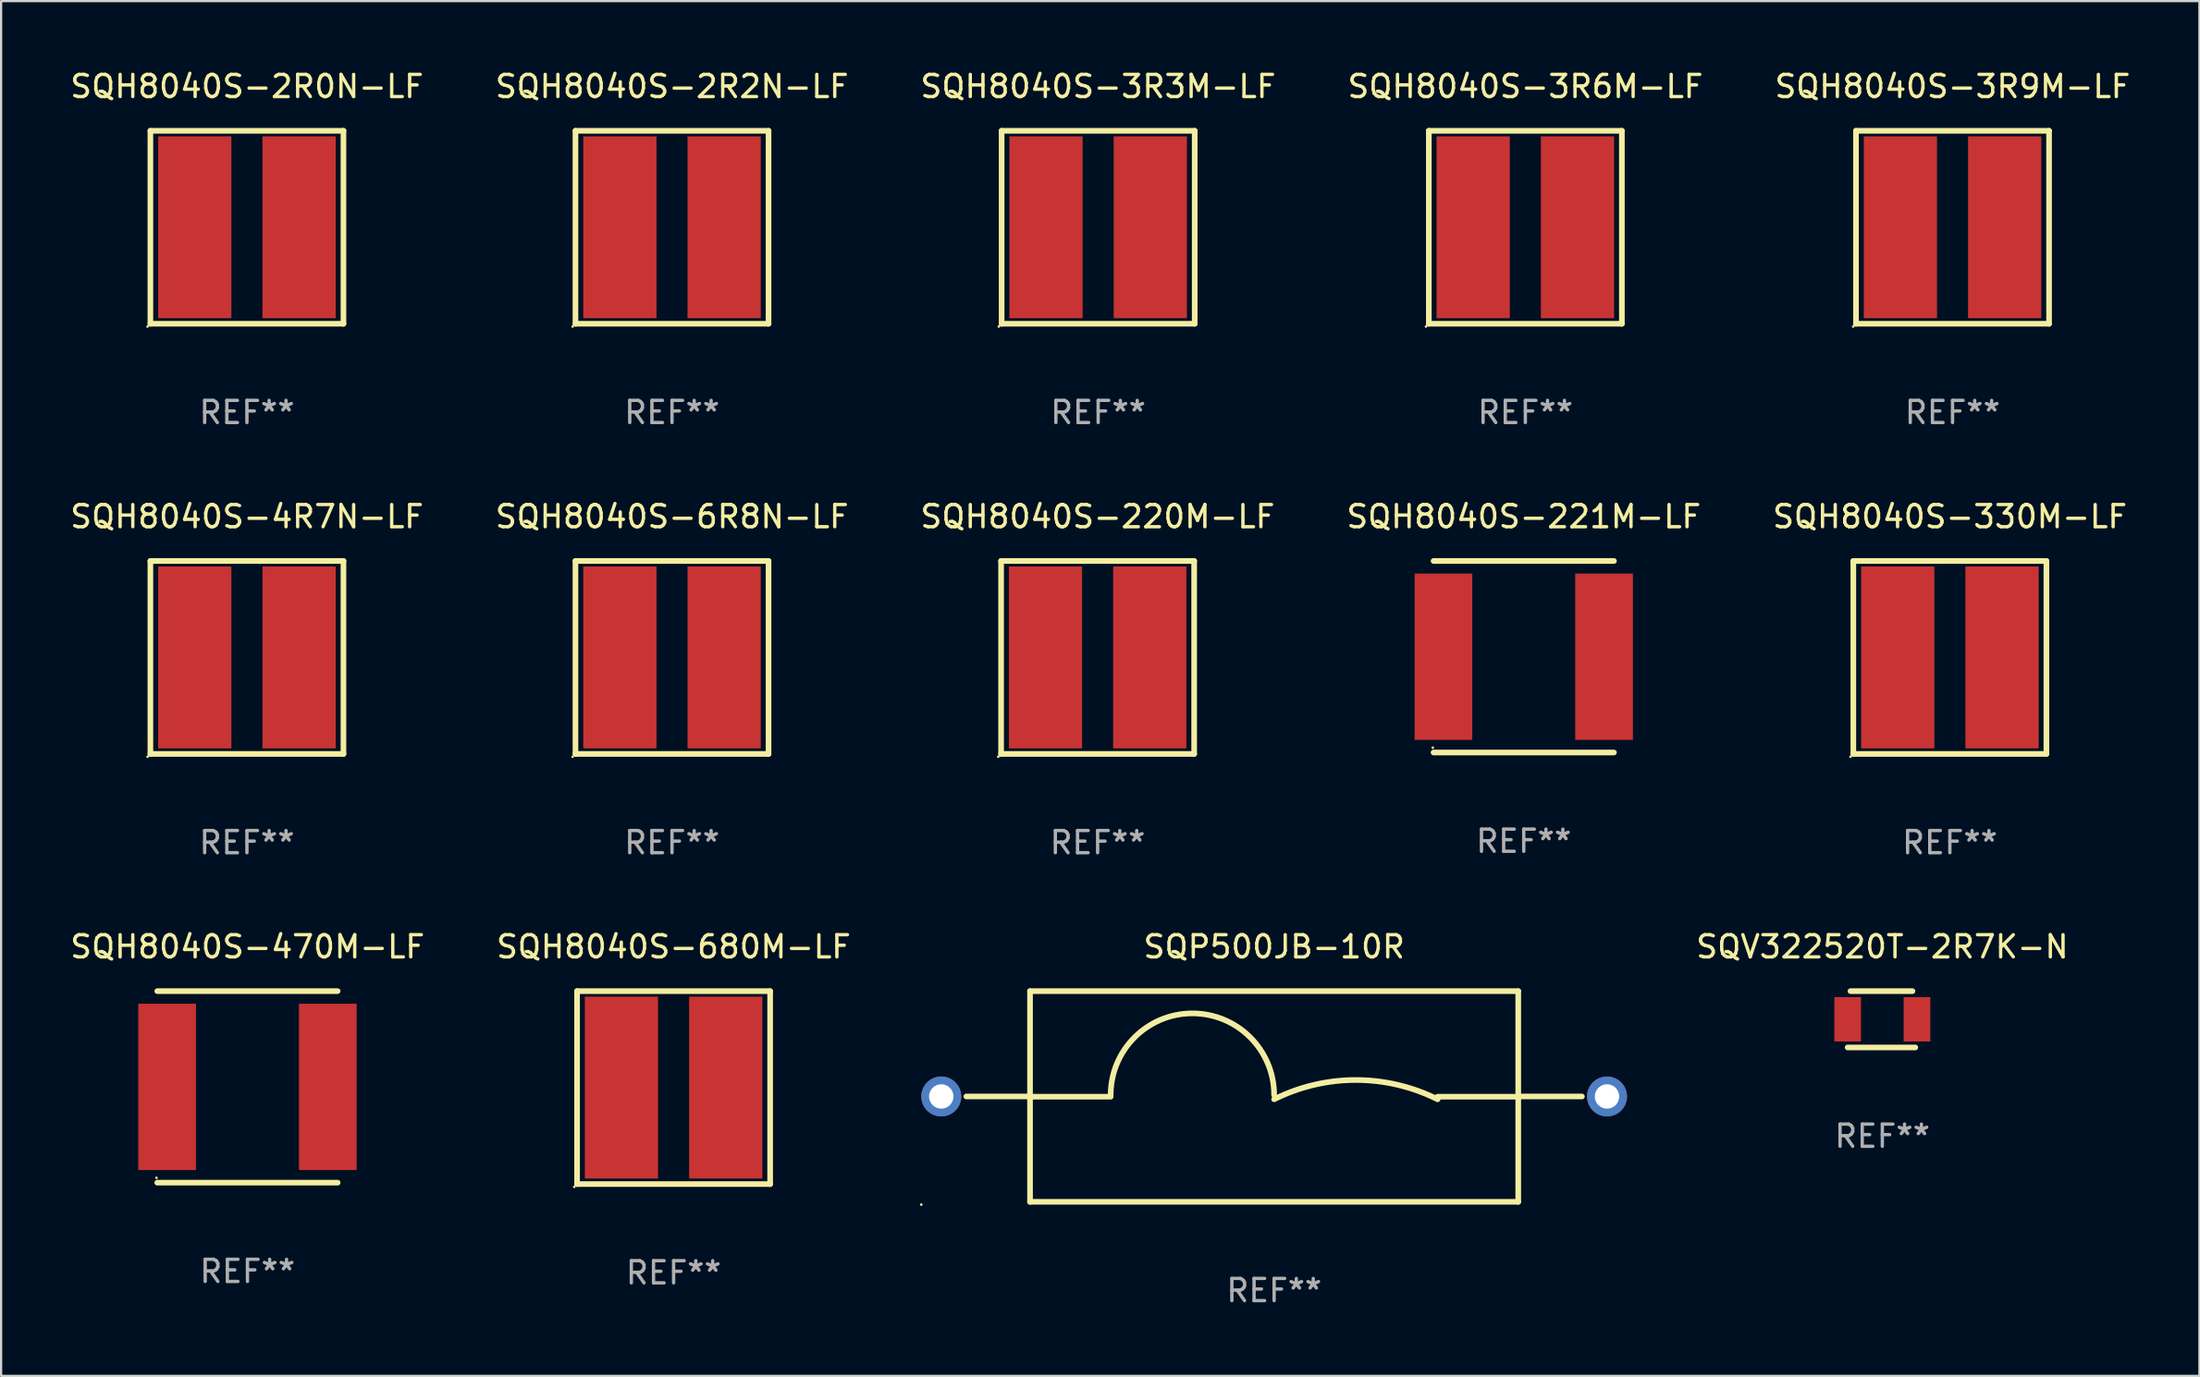
<source format=kicad_pcb>
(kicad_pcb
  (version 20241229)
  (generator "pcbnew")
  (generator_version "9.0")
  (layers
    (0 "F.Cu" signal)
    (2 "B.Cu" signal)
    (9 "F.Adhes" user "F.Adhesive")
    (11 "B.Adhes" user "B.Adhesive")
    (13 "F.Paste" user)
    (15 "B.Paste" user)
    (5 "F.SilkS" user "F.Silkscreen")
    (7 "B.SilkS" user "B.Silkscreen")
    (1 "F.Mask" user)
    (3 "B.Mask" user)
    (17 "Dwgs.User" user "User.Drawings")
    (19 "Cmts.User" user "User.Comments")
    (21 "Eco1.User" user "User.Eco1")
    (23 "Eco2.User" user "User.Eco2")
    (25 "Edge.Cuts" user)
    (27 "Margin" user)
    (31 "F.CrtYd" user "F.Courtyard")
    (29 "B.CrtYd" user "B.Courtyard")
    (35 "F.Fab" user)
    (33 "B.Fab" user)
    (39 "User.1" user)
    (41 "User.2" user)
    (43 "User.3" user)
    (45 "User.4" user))
  (footprint "SQH8040S-3R6M-LF"
    (layer "F.Cu")
    (at 65.685 7.198)
    (property "Reference" "SQH8040S-3R6M-LF" (at 0 -6.35 0) (layer "F.SilkS") (effects (font (size 1 1) (thickness 0.15))))
    (attr through_hole)
    (fp_line (start -4.35 -4.35) (end -4.35 4.35) (stroke (width 0.254) (type solid)) (layer "F.SilkS"))
    (fp_line (start -4.35 -4.35) (end 4.35 -4.35) (stroke (width 0.254) (type solid)) (layer "F.SilkS"))
    (fp_line (start -4.35 4.35) (end 4.35 4.35) (stroke (width 0.254) (type solid)) (layer "F.SilkS"))
    (fp_line (start 4.35 4.35) (end 4.35 -4.35) (stroke (width 0.254) (type solid)) (layer "F.SilkS"))
    (fp_circle (center -4.477 4.477) (end -4.447 4.477) (stroke (width 0.06) (type solid)) (fill no) (layer "F.SilkS"))
    (fp_text user "REF**" (at 0 8.35 0) (layer "F.Fab") (effects (font (size 1 1) (thickness 0.15))))
    (pad "1" smd rect (at -2.35 -0.000013) (size 3.3 8.2) (layers "F.Cu" "F.Mask" "F.Paste"))
    (pad "2" smd rect (at 2.35 -0.000013) (size 3.3 8.2) (layers "F.Cu" "F.Mask" "F.Paste")))
  (footprint "SQH8040S-3R9M-LF"
    (layer "F.Cu")
    (at 84.935 7.198)
    (property "Reference" "SQH8040S-3R9M-LF" (at 0 -6.35 0) (layer "F.SilkS") (effects (font (size 1 1) (thickness 0.15))))
    (attr through_hole)
    (fp_line (start -4.35 -4.35) (end -4.35 4.35) (stroke (width 0.254) (type solid)) (layer "F.SilkS"))
    (fp_line (start -4.35 -4.35) (end 4.35 -4.35) (stroke (width 0.254) (type solid)) (layer "F.SilkS"))
    (fp_line (start -4.35 4.35) (end 4.35 4.35) (stroke (width 0.254) (type solid)) (layer "F.SilkS"))
    (fp_line (start 4.35 4.35) (end 4.35 -4.35) (stroke (width 0.254) (type solid)) (layer "F.SilkS"))
    (fp_circle (center -4.477 4.477) (end -4.447 4.477) (stroke (width 0.06) (type solid)) (fill no) (layer "F.SilkS"))
    (fp_text user "REF**" (at 0 8.35 0) (layer "F.Fab") (effects (font (size 1 1) (thickness 0.15))))
    (pad "1" smd rect (at -2.35 -0.000013) (size 3.3 8.2) (layers "F.Cu" "F.Mask" "F.Paste"))
    (pad "2" smd rect (at 2.35 -0.000013) (size 3.3 8.2) (layers "F.Cu" "F.Mask" "F.Paste")))
  (footprint "SQH8040S-680M-LF"
    (layer "F.Cu")
    (at 27.304 45.991)
    (property "Reference" "SQH8040S-680M-LF" (at 0 -6.35 0) (layer "F.SilkS") (effects (font (size 1 1) (thickness 0.15))))
    (attr through_hole)
    (fp_line (start -4.35 -4.35) (end -4.35 4.35) (stroke (width 0.254) (type solid)) (layer "F.SilkS"))
    (fp_line (start -4.35 -4.35) (end 4.35 -4.35) (stroke (width 0.254) (type solid)) (layer "F.SilkS"))
    (fp_line (start -4.35 4.35) (end 4.35 4.35) (stroke (width 0.254) (type solid)) (layer "F.SilkS"))
    (fp_line (start 4.35 4.35) (end 4.35 -4.35) (stroke (width 0.254) (type solid)) (layer "F.SilkS"))
    (fp_circle (center -4.477 4.477) (end -4.447 4.477) (stroke (width 0.06) (type solid)) (fill no) (layer "F.SilkS"))
    (fp_text user "REF**" (at 0 8.35 0) (layer "F.Fab") (effects (font (size 1 1) (thickness 0.15))))
    (pad "1" smd rect (at -2.35 -0.000013) (size 3.3 8.2) (layers "F.Cu" "F.Mask" "F.Paste"))
    (pad "2" smd rect (at 2.35 -0.000013) (size 3.3 8.2) (layers "F.Cu" "F.Mask" "F.Paste")))
  (footprint "SQH8040S-3R3M-LF"
    (layer "F.Cu")
    (at 46.435 7.198)
    (property "Reference" "SQH8040S-3R3M-LF" (at 0 -6.35 0) (layer "F.SilkS") (effects (font (size 1 1) (thickness 0.15))))
    (attr through_hole)
    (fp_line (start -4.35 -4.35) (end -4.35 4.35) (stroke (width 0.254) (type solid)) (layer "F.SilkS"))
    (fp_line (start -4.35 -4.35) (end 4.35 -4.35) (stroke (width 0.254) (type solid)) (layer "F.SilkS"))
    (fp_line (start -4.35 4.35) (end 4.35 4.35) (stroke (width 0.254) (type solid)) (layer "F.SilkS"))
    (fp_line (start 4.35 4.35) (end 4.35 -4.35) (stroke (width 0.254) (type solid)) (layer "F.SilkS"))
    (fp_circle (center -4.477 4.477) (end -4.447 4.477) (stroke (width 0.06) (type solid)) (fill no) (layer "F.SilkS"))
    (fp_text user "REF**" (at 0 8.35 0) (layer "F.Fab") (effects (font (size 1 1) (thickness 0.15))))
    (pad "1" smd rect (at -2.35 -0.000013) (size 3.3 8.2) (layers "F.Cu" "F.Mask" "F.Paste"))
    (pad "2" smd rect (at 2.35 -0.000013) (size 3.3 8.2) (layers "F.Cu" "F.Mask" "F.Paste")))
  (footprint "SQP500JB-10R"
    (layer "F.Cu")
    (at 54.365 46.391)
    (property "Reference" "SQP500JB-10R" (at 0 -6.75 0) (layer "F.SilkS") (effects (font (size 1 1) (thickness 0.15))))
    (attr through_hole)
    (fp_line (start -13.869 0) (end -11 0) (stroke (width 0.254) (type solid)) (layer "F.SilkS"))
    (fp_line (start -11 -4.75) (end -11 4.75) (stroke (width 0.254) (type solid)) (layer "F.SilkS"))
    (fp_line (start -11 -4.75) (end 11 -4.75) (stroke (width 0.254) (type solid)) (layer "F.SilkS"))
    (fp_line (start -11 0.011) (end -7.366 0.011) (stroke (width 0.254) (type solid)) (layer "F.SilkS"))
    (fp_line (start -11 4.75) (end 11 4.75) (stroke (width 0.254) (type solid)) (layer "F.SilkS"))
    (fp_line (start 11 -4.75) (end 11 4.75) (stroke (width 0.254) (type solid)) (layer "F.SilkS"))
    (fp_line (start 11 0) (end 13.869 0) (stroke (width 0.254) (type solid)) (layer "F.SilkS"))
    (fp_line (start 11 0.011) (end 7.366 0.011) (stroke (width 0.254) (type solid)) (layer "F.SilkS"))
    (fp_arc (start -7.366014 -0.0635) (mid -3.683007 -3.746507) (end 0 -0.0635) (stroke (width 0.254001) (type solid)) (layer "F.SilkS"))
    (fp_arc (start 0.000025 0.127) (mid 3.683033 -0.74244) (end 7.36604 0.127) (stroke (width 0.254001) (type solid)) (layer "F.SilkS"))
    (fp_circle (center -15.9 4.877) (end -15.87 4.877) (stroke (width 0.06) (type solid)) (fill no) (layer "F.SilkS"))
    (fp_text user "REF**" (at 0 8.75 0) (layer "F.Fab") (effects (font (size 1 1) (thickness 0.15))))
    (pad "1" thru_hole circle (at -15 0) (size 1.8 1.8) (drill 1.1) (layers "*.Cu" "*.Mask"))
    (pad "2" thru_hole circle (at 15 0) (size 1.8 1.8) (drill 1.1) (layers "*.Cu" "*.Mask")))
  (footprint "SQV322520T-2R7K-N"
    (layer "F.Cu")
    (at 81.771 42.911)
    (property "Reference" "SQV322520T-2R7K-N" (at 0 -3.27 0) (layer "F.SilkS") (effects (font (size 1 1) (thickness 0.15))))
    (attr through_hole)
    (fp_line (start -1.562 1.27) (end 1.486 1.27) (stroke (width 0.254) (type solid)) (layer "F.SilkS"))
    (fp_line (start -1.435 -1.27) (end 1.359 -1.27) (stroke (width 0.254) (type solid)) (layer "F.SilkS"))
    (fp_circle (center -1.6 1.25) (end -1.57 1.25) (stroke (width 0.06) (type solid)) (fill no) (layer "F.SilkS"))
    (fp_text user "REF**" (at 0 5.27 0) (layer "F.Fab") (effects (font (size 1 1) (thickness 0.15))))
    (pad "1" smd rect (at -1.562 0 180) (size 1.2 2) (layers "F.Cu" "F.Mask" "F.Paste"))
    (pad "2" smd rect (at 1.562 0 180) (size 1.2 2) (layers "F.Cu" "F.Mask" "F.Paste")))
  (footprint "SQH8040S-4R7N-LF"
    (layer "F.Cu")
    (at 8.077 26.595)
    (property "Reference" "SQH8040S-4R7N-LF" (at 0 -6.35 0) (layer "F.SilkS") (effects (font (size 1 1) (thickness 0.15))))
    (attr through_hole)
    (fp_line (start -4.35 -4.35) (end -4.35 4.35) (stroke (width 0.254) (type solid)) (layer "F.SilkS"))
    (fp_line (start -4.35 -4.35) (end 4.35 -4.35) (stroke (width 0.254) (type solid)) (layer "F.SilkS"))
    (fp_line (start -4.35 4.35) (end 4.35 4.35) (stroke (width 0.254) (type solid)) (layer "F.SilkS"))
    (fp_line (start 4.35 4.35) (end 4.35 -4.35) (stroke (width 0.254) (type solid)) (layer "F.SilkS"))
    (fp_circle (center -4.477 4.477) (end -4.447 4.477) (stroke (width 0.06) (type solid)) (fill no) (layer "F.SilkS"))
    (fp_text user "REF**" (at 0 8.35 0) (layer "F.Fab") (effects (font (size 1 1) (thickness 0.15))))
    (pad "1" smd rect (at -2.35 -0.000013) (size 3.3 8.2) (layers "F.Cu" "F.Mask" "F.Paste"))
    (pad "2" smd rect (at 2.35 -0.000013) (size 3.3 8.2) (layers "F.Cu" "F.Mask" "F.Paste")))
  (footprint "SQH8040S-330M-LF"
    (layer "F.Cu")
    (at 84.815 26.595)
    (property "Reference" "SQH8040S-330M-LF" (at 0 -6.35 0) (layer "F.SilkS") (effects (font (size 1 1) (thickness 0.15))))
    (attr through_hole)
    (fp_line (start -4.35 -4.35) (end -4.35 4.35) (stroke (width 0.254) (type solid)) (layer "F.SilkS"))
    (fp_line (start -4.35 -4.35) (end 4.35 -4.35) (stroke (width 0.254) (type solid)) (layer "F.SilkS"))
    (fp_line (start -4.35 4.35) (end 4.35 4.35) (stroke (width 0.254) (type solid)) (layer "F.SilkS"))
    (fp_line (start 4.35 4.35) (end 4.35 -4.35) (stroke (width 0.254) (type solid)) (layer "F.SilkS"))
    (fp_circle (center -4.477 4.477) (end -4.447 4.477) (stroke (width 0.06) (type solid)) (fill no) (layer "F.SilkS"))
    (fp_text user "REF**" (at 0 8.35 0) (layer "F.Fab") (effects (font (size 1 1) (thickness 0.15))))
    (pad "1" smd rect (at -2.35 -0.000013) (size 3.3 8.2) (layers "F.Cu" "F.Mask" "F.Paste"))
    (pad "2" smd rect (at 2.35 -0.000013) (size 3.3 8.2) (layers "F.Cu" "F.Mask" "F.Paste")))
  (footprint "SQH8040S-2R0N-LF"
    (layer "F.Cu")
    (at 8.077 7.198)
    (property "Reference" "SQH8040S-2R0N-LF" (at 0 -6.35 0) (layer "F.SilkS") (effects (font (size 1 1) (thickness 0.15))))
    (attr through_hole)
    (fp_line (start -4.35 -4.35) (end -4.35 4.35) (stroke (width 0.254) (type solid)) (layer "F.SilkS"))
    (fp_line (start -4.35 -4.35) (end 4.35 -4.35) (stroke (width 0.254) (type solid)) (layer "F.SilkS"))
    (fp_line (start -4.35 4.35) (end 4.35 4.35) (stroke (width 0.254) (type solid)) (layer "F.SilkS"))
    (fp_line (start 4.35 4.35) (end 4.35 -4.35) (stroke (width 0.254) (type solid)) (layer "F.SilkS"))
    (fp_circle (center -4.477 4.477) (end -4.447 4.477) (stroke (width 0.06) (type solid)) (fill no) (layer "F.SilkS"))
    (fp_text user "REF**" (at 0 8.35 0) (layer "F.Fab") (effects (font (size 1 1) (thickness 0.15))))
    (pad "1" smd rect (at -2.35 -0.000013) (size 3.3 8.2) (layers "F.Cu" "F.Mask" "F.Paste"))
    (pad "2" smd rect (at 2.35 -0.000013) (size 3.3 8.2) (layers "F.Cu" "F.Mask" "F.Paste")))
  (footprint "SQH8040S-470M-LF"
    (layer "F.Cu")
    (at 8.101 45.959)
    (property "Reference" "SQH8040S-470M-LF" (at 0 -6.318 0) (layer "F.SilkS") (effects (font (size 1 1) (thickness 0.15))))
    (attr through_hole)
    (fp_line (start -4.064 -4.318) (end 4.064 -4.318) (stroke (width 0.254) (type solid)) (layer "F.SilkS"))
    (fp_line (start 4.064 4.318) (end -4.064 4.318) (stroke (width 0.254) (type solid)) (layer "F.SilkS"))
    (fp_circle (center -4.1 4.1) (end -4.07 4.1) (stroke (width 0.06) (type solid)) (fill no) (layer "F.SilkS"))
    (fp_text user "REF**" (at 0 8.318 0) (layer "F.Fab") (effects (font (size 1 1) (thickness 0.15))))
    (pad "1" smd rect (at -3.62 0) (size 2.6 7.5) (layers "F.Cu" "F.Mask" "F.Paste"))
    (pad "2" smd rect (at 3.62 0) (size 2.6 7.5) (layers "F.Cu" "F.Mask" "F.Paste")))
  (footprint "SQH8040S-2R2N-LF"
    (layer "F.Cu")
    (at 27.232 7.198)
    (property "Reference" "SQH8040S-2R2N-LF" (at 0 -6.35 0) (layer "F.SilkS") (effects (font (size 1 1) (thickness 0.15))))
    (attr through_hole)
    (fp_line (start -4.35 -4.35) (end -4.35 4.35) (stroke (width 0.254) (type solid)) (layer "F.SilkS"))
    (fp_line (start -4.35 -4.35) (end 4.35 -4.35) (stroke (width 0.254) (type solid)) (layer "F.SilkS"))
    (fp_line (start -4.35 4.35) (end 4.35 4.35) (stroke (width 0.254) (type solid)) (layer "F.SilkS"))
    (fp_line (start 4.35 4.35) (end 4.35 -4.35) (stroke (width 0.254) (type solid)) (layer "F.SilkS"))
    (fp_circle (center -4.477 4.477) (end -4.447 4.477) (stroke (width 0.06) (type solid)) (fill no) (layer "F.SilkS"))
    (fp_text user "REF**" (at 0 8.35 0) (layer "F.Fab") (effects (font (size 1 1) (thickness 0.15))))
    (pad "1" smd rect (at -2.35 -0.000013) (size 3.3 8.2) (layers "F.Cu" "F.Mask" "F.Paste"))
    (pad "2" smd rect (at 2.35 -0.000013) (size 3.3 8.2) (layers "F.Cu" "F.Mask" "F.Paste")))
  (footprint "SQH8040S-220M-LF"
    (layer "F.Cu")
    (at 46.411 26.595)
    (property "Reference" "SQH8040S-220M-LF" (at 0 -6.35 0) (layer "F.SilkS") (effects (font (size 1 1) (thickness 0.15))))
    (attr through_hole)
    (fp_line (start -4.35 -4.35) (end -4.35 4.35) (stroke (width 0.254) (type solid)) (layer "F.SilkS"))
    (fp_line (start -4.35 -4.35) (end 4.35 -4.35) (stroke (width 0.254) (type solid)) (layer "F.SilkS"))
    (fp_line (start -4.35 4.35) (end 4.35 4.35) (stroke (width 0.254) (type solid)) (layer "F.SilkS"))
    (fp_line (start 4.35 4.35) (end 4.35 -4.35) (stroke (width 0.254) (type solid)) (layer "F.SilkS"))
    (fp_circle (center -4.477 4.477) (end -4.447 4.477) (stroke (width 0.06) (type solid)) (fill no) (layer "F.SilkS"))
    (fp_text user "REF**" (at 0 8.35 0) (layer "F.Fab") (effects (font (size 1 1) (thickness 0.15))))
    (pad "1" smd rect (at -2.35 -0.000013) (size 3.3 8.2) (layers "F.Cu" "F.Mask" "F.Paste"))
    (pad "2" smd rect (at 2.35 -0.000013) (size 3.3 8.2) (layers "F.Cu" "F.Mask" "F.Paste")))
  (footprint "SQH8040S-221M-LF"
    (layer "F.Cu")
    (at 65.613 26.563)
    (property "Reference" "SQH8040S-221M-LF" (at 0 -6.318 0) (layer "F.SilkS") (effects (font (size 1 1) (thickness 0.15))))
    (attr through_hole)
    (fp_line (start -4.064 -4.318) (end 4.064 -4.318) (stroke (width 0.254) (type solid)) (layer "F.SilkS"))
    (fp_line (start 4.064 4.318) (end -4.064 4.318) (stroke (width 0.254) (type solid)) (layer "F.SilkS"))
    (fp_circle (center -4.1 4.1) (end -4.07 4.1) (stroke (width 0.06) (type solid)) (fill no) (layer "F.SilkS"))
    (fp_text user "REF**" (at 0 8.318 0) (layer "F.Fab") (effects (font (size 1 1) (thickness 0.15))))
    (pad "1" smd rect (at -3.62 0) (size 2.6 7.5) (layers "F.Cu" "F.Mask" "F.Paste"))
    (pad "2" smd rect (at 3.62 0) (size 2.6 7.5) (layers "F.Cu" "F.Mask" "F.Paste")))
  (footprint "SQH8040S-6R8N-LF"
    (layer "F.Cu")
    (at 27.232 26.595)
    (property "Reference" "SQH8040S-6R8N-LF" (at 0 -6.35 0) (layer "F.SilkS") (effects (font (size 1 1) (thickness 0.15))))
    (attr through_hole)
    (fp_line (start -4.35 -4.35) (end -4.35 4.35) (stroke (width 0.254) (type solid)) (layer "F.SilkS"))
    (fp_line (start -4.35 -4.35) (end 4.35 -4.35) (stroke (width 0.254) (type solid)) (layer "F.SilkS"))
    (fp_line (start -4.35 4.35) (end 4.35 4.35) (stroke (width 0.254) (type solid)) (layer "F.SilkS"))
    (fp_line (start 4.35 4.35) (end 4.35 -4.35) (stroke (width 0.254) (type solid)) (layer "F.SilkS"))
    (fp_circle (center -4.477 4.477) (end -4.447 4.477) (stroke (width 0.06) (type solid)) (fill no) (layer "F.SilkS"))
    (fp_text user "REF**" (at 0 8.35 0) (layer "F.Fab") (effects (font (size 1 1) (thickness 0.15))))
    (pad "1" smd rect (at -2.35 -0.000013) (size 3.3 8.2) (layers "F.Cu" "F.Mask" "F.Paste"))
    (pad "2" smd rect (at 2.35 -0.000013) (size 3.3 8.2) (layers "F.Cu" "F.Mask" "F.Paste")))
  (gr_rect
    (start -3 -3)
    (end 96.06 58.99)
    (stroke (width 0.1) (type default))
    (fill no)
    (layer "Edge.Cuts")))
</source>
